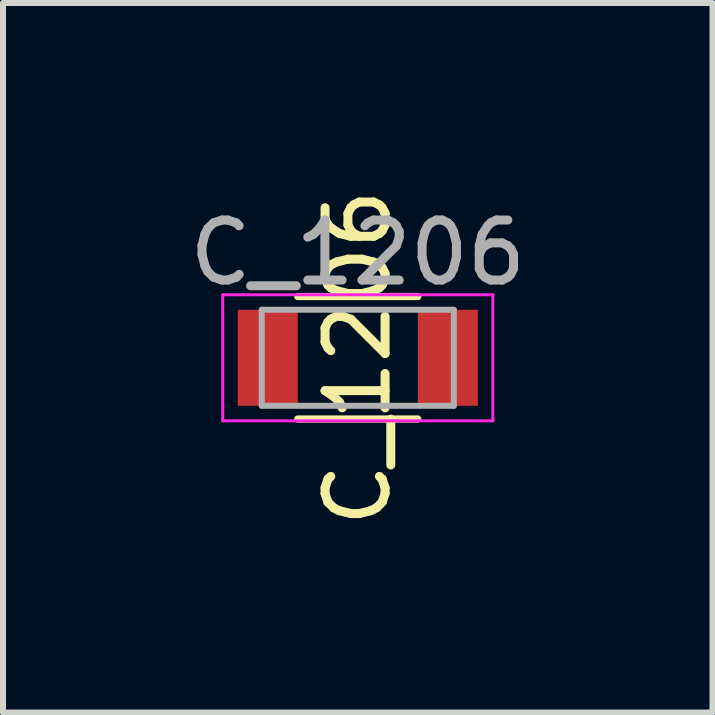
<source format=kicad_pcb>
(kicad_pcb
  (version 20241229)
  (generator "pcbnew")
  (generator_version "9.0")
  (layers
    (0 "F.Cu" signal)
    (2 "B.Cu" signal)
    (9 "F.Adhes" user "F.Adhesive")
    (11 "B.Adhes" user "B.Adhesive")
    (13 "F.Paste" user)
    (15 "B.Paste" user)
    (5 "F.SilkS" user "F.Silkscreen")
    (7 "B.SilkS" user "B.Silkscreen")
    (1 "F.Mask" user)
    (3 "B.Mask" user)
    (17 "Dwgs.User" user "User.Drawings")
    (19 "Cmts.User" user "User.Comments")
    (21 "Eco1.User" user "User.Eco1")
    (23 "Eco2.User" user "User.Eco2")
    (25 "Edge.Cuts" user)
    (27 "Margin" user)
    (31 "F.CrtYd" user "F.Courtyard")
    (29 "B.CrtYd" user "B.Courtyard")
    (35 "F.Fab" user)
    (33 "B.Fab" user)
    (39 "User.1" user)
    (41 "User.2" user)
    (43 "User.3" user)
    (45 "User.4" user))
  (footprint "C_1206"
    (layer "F.Cu")
    (at 2.911 2.911)
    (property "Reference" "C_1206" (at 0 0 270) (layer "F.SilkS") (effects (font (size 1 1) (thickness 0.15))))
    (attr smd)
    (fp_line (start -1 1.02) (end 1 1.02) (stroke (width 0.12) (type solid)) (layer "F.SilkS"))
    (fp_line (start 1 -1.02) (end -1 -1.02) (stroke (width 0.12) (type solid)) (layer "F.SilkS"))
    (fp_line (start -2.25 -1.05) (end -2.25 1.05) (stroke (width 0.05) (type solid)) (layer "F.CrtYd"))
    (fp_line (start -2.25 -1.05) (end 2.25 -1.05) (stroke (width 0.05) (type solid)) (layer "F.CrtYd"))
    (fp_line (start 2.25 1.05) (end -2.25 1.05) (stroke (width 0.05) (type solid)) (layer "F.CrtYd"))
    (fp_line (start 2.25 1.05) (end 2.25 -1.05) (stroke (width 0.05) (type solid)) (layer "F.CrtYd"))
    (fp_line (start -1.6 -0.8) (end 1.6 -0.8) (stroke (width 0.1) (type solid)) (layer "F.Fab"))
    (fp_line (start -1.6 0.8) (end -1.6 -0.8) (stroke (width 0.1) (type solid)) (layer "F.Fab"))
    (fp_line (start 1.6 -0.8) (end 1.6 0.8) (stroke (width 0.1) (type solid)) (layer "F.Fab"))
    (fp_line (start 1.6 0.8) (end -1.6 0.8) (stroke (width 0.1) (type solid)) (layer "F.Fab"))
    (fp_text user "${REFERENCE}" (at 0 -1.75 0) (layer "F.Fab") (effects (font (size 1 1) (thickness 0.15))))
    (pad "1" smd rect (at -1.5 0) (size 1 1.6) (layers "F.Cu" "F.Mask" "F.Paste"))
    (pad "2" smd rect (at 1.5 0) (size 1 1.6) (layers "F.Cu" "F.Mask" "F.Paste")))
  (gr_rect
    (start -3 -3)
    (end 8.821 8.821)
    (stroke (width 0.1) (type default))
    (fill no)
    (layer "Edge.Cuts")))
</source>
